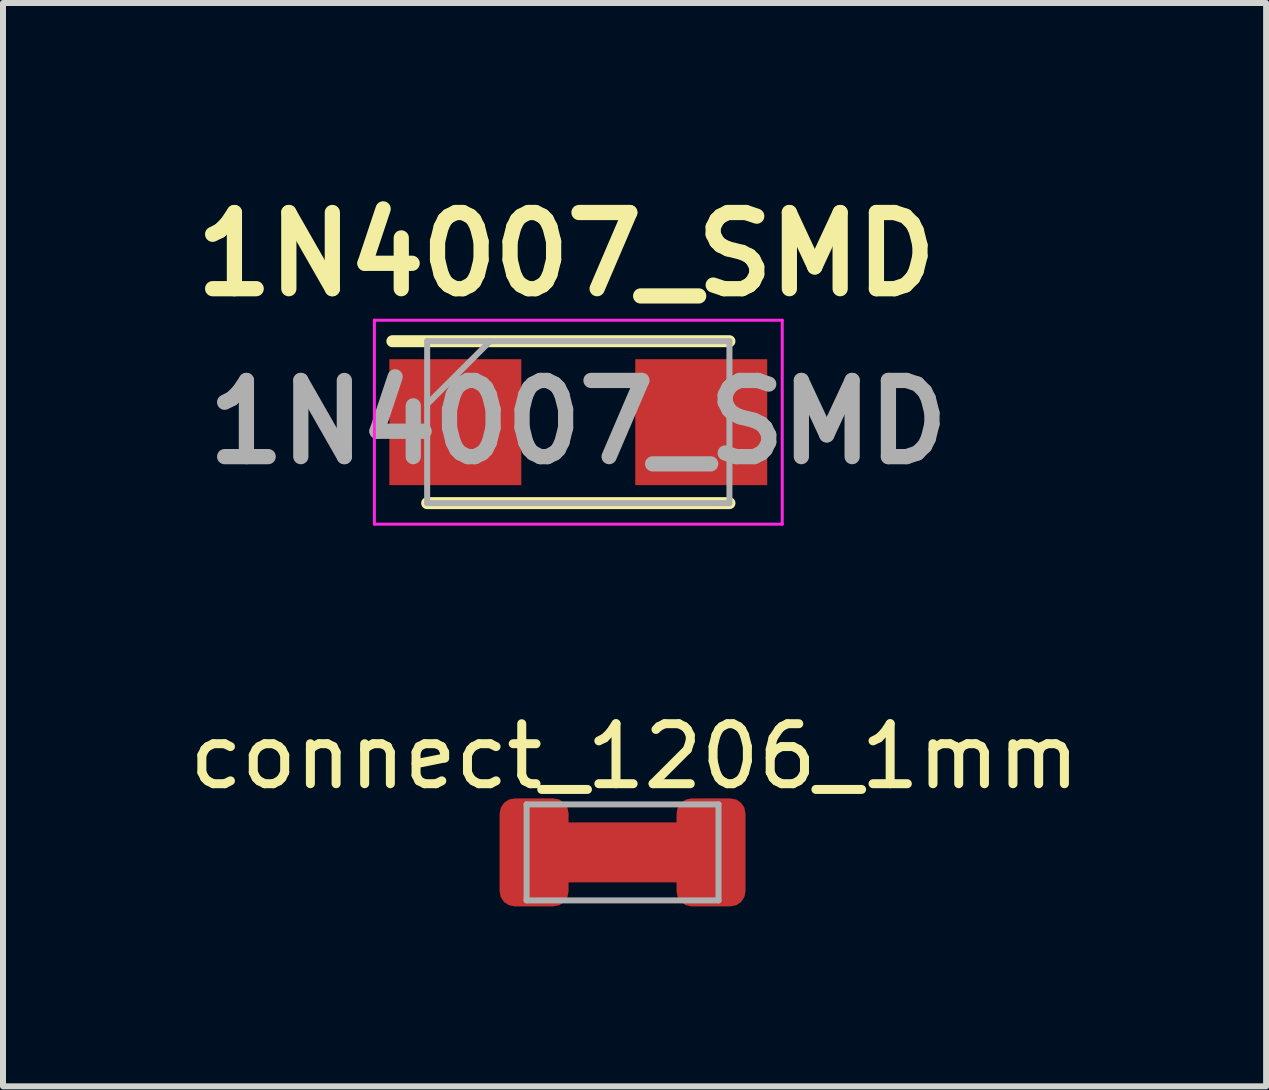
<source format=kicad_pcb>
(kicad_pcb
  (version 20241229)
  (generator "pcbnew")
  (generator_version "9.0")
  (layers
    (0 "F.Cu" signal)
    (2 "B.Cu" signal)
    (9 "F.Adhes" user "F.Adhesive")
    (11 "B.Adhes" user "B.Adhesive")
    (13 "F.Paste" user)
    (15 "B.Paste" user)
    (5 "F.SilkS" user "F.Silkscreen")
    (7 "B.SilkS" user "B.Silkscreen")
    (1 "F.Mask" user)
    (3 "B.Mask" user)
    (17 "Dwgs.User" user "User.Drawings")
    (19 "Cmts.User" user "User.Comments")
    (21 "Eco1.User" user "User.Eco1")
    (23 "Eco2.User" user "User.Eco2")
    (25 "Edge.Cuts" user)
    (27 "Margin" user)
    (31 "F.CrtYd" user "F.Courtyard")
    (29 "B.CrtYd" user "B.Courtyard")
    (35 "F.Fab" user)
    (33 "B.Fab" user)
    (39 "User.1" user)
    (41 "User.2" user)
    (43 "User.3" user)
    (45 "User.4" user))
  (footprint "1N4007_SMD"
    (layer "F.Cu")
    (at 6.592 3.989)
    (property "Reference" "1N4007_SMD" (at -0.2 -2.8 0) (layer "F.SilkS") (effects (font (size 1.27 1.27) (thickness 0.254))))
    (attr smd)
    (fp_line (start -2.52 1.35) (end 2.52 1.35) (stroke (width 0.2) (type solid)) (layer "F.SilkS"))
    (fp_line (start 2.52 -1.35) (end -3.1 -1.35) (stroke (width 0.2) (type solid)) (layer "F.SilkS"))
    (fp_line (start -3.4 -1.7) (end 3.4 -1.7) (stroke (width 0.05) (type solid)) (layer "F.CrtYd"))
    (fp_line (start -3.4 1.7) (end -3.4 -1.7) (stroke (width 0.05) (type solid)) (layer "F.CrtYd"))
    (fp_line (start 3.4 -1.7) (end 3.4 1.7) (stroke (width 0.05) (type solid)) (layer "F.CrtYd"))
    (fp_line (start 3.4 1.7) (end -3.4 1.7) (stroke (width 0.05) (type solid)) (layer "F.CrtYd"))
    (fp_line (start -2.52 -1.35) (end 2.52 -1.35) (stroke (width 0.1) (type solid)) (layer "F.Fab"))
    (fp_line (start -2.52 -0.3) (end -1.47 -1.35) (stroke (width 0.1) (type solid)) (layer "F.Fab"))
    (fp_line (start -2.52 1.35) (end -2.52 -1.35) (stroke (width 0.1) (type solid)) (layer "F.Fab"))
    (fp_line (start 2.52 -1.35) (end 2.52 1.35) (stroke (width 0.1) (type solid)) (layer "F.Fab"))
    (fp_line (start 2.52 1.35) (end -2.52 1.35) (stroke (width 0.1) (type solid)) (layer "F.Fab"))
    (fp_text user "${REFERENCE}" (at 0 0 0) (layer "F.Fab") (effects (font (size 1.27 1.27) (thickness 0.254))))
    (pad "1" smd rect (at -2.05 0 90) (size 2.1 2.2) (layers "F.Cu" "F.Mask" "F.Paste"))
    (pad "2" smd rect (at 2.05 0 90) (size 2.1 2.2) (layers "F.Cu" "F.Mask" "F.Paste")))
  (footprint "connect_1206_1mm"
    (layer "F.Cu")
    (at 7.33 11.162)
    (property "Reference" "connect_1206_1mm" (at 0.2 -1.6 0) (layer "F.SilkS") (effects (font (size 1 1) (thickness 0.15))))
    (attr through_hole)
    (fp_poly (pts (xy 0.95 0.5) (xy -0.95 0.5) (xy -0.95 -0.5) (xy 0.95 -0.5)) (stroke (width 0) (type solid)) (fill yes) (layer "F.Cu"))
    (fp_line (start -1.6 -0.8) (end 1.6 -0.8) (stroke (width 0.1) (type solid)) (layer "F.Fab"))
    (fp_line (start -1.6 0.8) (end -1.6 -0.8) (stroke (width 0.1) (type solid)) (layer "F.Fab"))
    (fp_line (start 1.6 -0.8) (end 1.6 0.8) (stroke (width 0.1) (type solid)) (layer "F.Fab"))
    (fp_line (start 1.6 0.8) (end -1.6 0.8) (stroke (width 0.1) (type solid)) (layer "F.Fab"))
    (pad "1" smd roundrect (at -1.475 0) (size 1.15 1.8) (layers "F.Cu" "F.Paste") (roundrect_rratio 0.217))
    (pad "2" smd roundrect (at 1.475 0) (size 1.15 1.8) (layers "F.Cu" "F.Paste") (roundrect_rratio 0.217)))
  (gr_rect
    (start -3 -3)
    (end 18.06 15.062)
    (stroke (width 0.1) (type default))
    (fill no)
    (layer "Edge.Cuts")))
</source>
